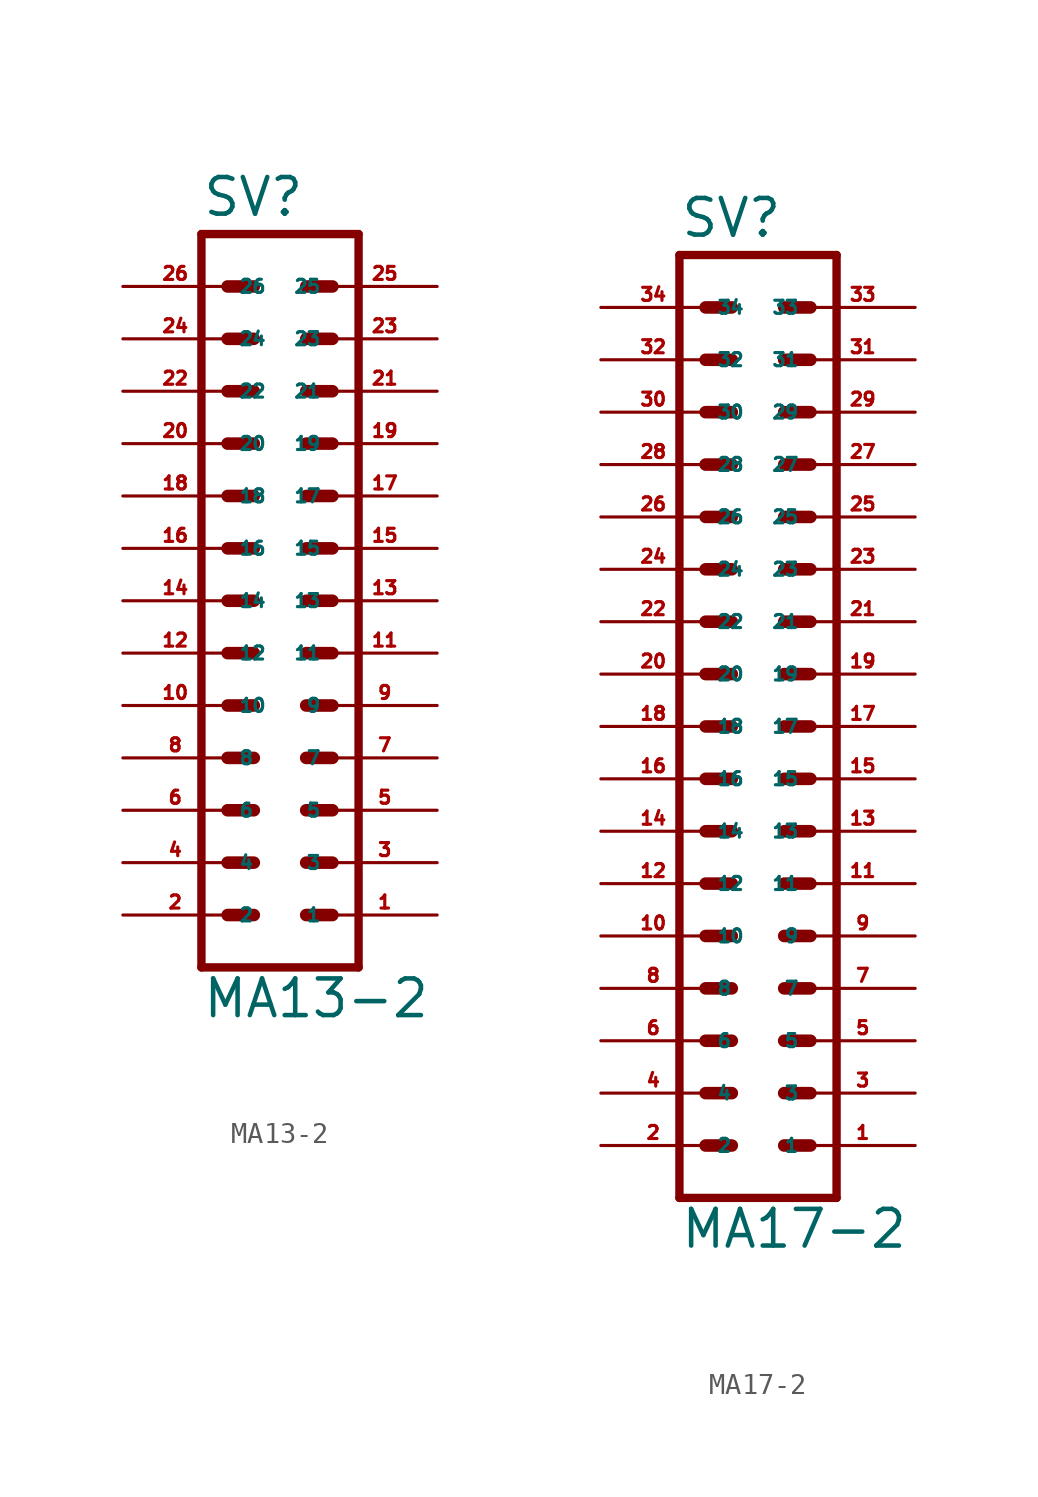
<source format=kicad_sym>
(kicad_symbol_lib
  (version 20220914)
  (generator Eagle2Kicad)
  (symbol "MA13-2"
    (property "Reference" "SV"
      (at -3.81 18.542 0)
      (effects (font (size 1.778 1.778) (thickness 0.22)) (justify left bottom)))
    (property "Value" "MA13-2"
      (at -3.81 -20.32 0)
      (effects (font (size 1.778 1.778) (thickness 0.22)) (justify left bottom)))
    (polyline
      (pts (xy 3.81 -17.78) (xy -3.81 -17.78))
      (stroke (width 0.406) (type default))
      (fill (type none)))
    (polyline
      (pts (xy 1.27 -10.16) (xy 2.54 -10.16))
      (stroke (width 0.61) (type default))
      (fill (type none)))
    (polyline
      (pts (xy 1.27 -12.7) (xy 2.54 -12.7))
      (stroke (width 0.61) (type default))
      (fill (type none)))
    (polyline
      (pts (xy 1.27 -15.24) (xy 2.54 -15.24))
      (stroke (width 0.61) (type default))
      (fill (type none)))
    (polyline
      (pts (xy -2.54 -10.16) (xy -1.27 -10.16))
      (stroke (width 0.61) (type default))
      (fill (type none)))
    (polyline
      (pts (xy -2.54 -12.7) (xy -1.27 -12.7))
      (stroke (width 0.61) (type default))
      (fill (type none)))
    (polyline
      (pts (xy -2.54 -15.24) (xy -1.27 -15.24))
      (stroke (width 0.61) (type default))
      (fill (type none)))
    (polyline
      (pts (xy 1.27 -5.08) (xy 2.54 -5.08))
      (stroke (width 0.61) (type default))
      (fill (type none)))
    (polyline
      (pts (xy 1.27 -7.62) (xy 2.54 -7.62))
      (stroke (width 0.61) (type default))
      (fill (type none)))
    (polyline
      (pts (xy -2.54 -5.08) (xy -1.27 -5.08))
      (stroke (width 0.61) (type default))
      (fill (type none)))
    (polyline
      (pts (xy -2.54 -7.62) (xy -1.27 -7.62))
      (stroke (width 0.61) (type default))
      (fill (type none)))
    (polyline
      (pts (xy 1.27 2.54) (xy 2.54 2.54))
      (stroke (width 0.61) (type default))
      (fill (type none)))
    (polyline
      (pts (xy 1.27 0) (xy 2.54 0))
      (stroke (width 0.61) (type default))
      (fill (type none)))
    (polyline
      (pts (xy 1.27 -2.54) (xy 2.54 -2.54))
      (stroke (width 0.61) (type default))
      (fill (type none)))
    (polyline
      (pts (xy -2.54 2.54) (xy -1.27 2.54))
      (stroke (width 0.61) (type default))
      (fill (type none)))
    (polyline
      (pts (xy -2.54 0) (xy -1.27 0))
      (stroke (width 0.61) (type default))
      (fill (type none)))
    (polyline
      (pts (xy -2.54 -2.54) (xy -1.27 -2.54))
      (stroke (width 0.61) (type default))
      (fill (type none)))
    (polyline
      (pts (xy 1.27 7.62) (xy 2.54 7.62))
      (stroke (width 0.61) (type default))
      (fill (type none)))
    (polyline
      (pts (xy 1.27 5.08) (xy 2.54 5.08))
      (stroke (width 0.61) (type default))
      (fill (type none)))
    (polyline
      (pts (xy -2.54 7.62) (xy -1.27 7.62))
      (stroke (width 0.61) (type default))
      (fill (type none)))
    (polyline
      (pts (xy -2.54 5.08) (xy -1.27 5.08))
      (stroke (width 0.61) (type default))
      (fill (type none)))
    (polyline
      (pts (xy 1.27 15.24) (xy 2.54 15.24))
      (stroke (width 0.61) (type default))
      (fill (type none)))
    (polyline
      (pts (xy 1.27 12.7) (xy 2.54 12.7))
      (stroke (width 0.61) (type default))
      (fill (type none)))
    (polyline
      (pts (xy 1.27 10.16) (xy 2.54 10.16))
      (stroke (width 0.61) (type default))
      (fill (type none)))
    (polyline
      (pts (xy -2.54 15.24) (xy -1.27 15.24))
      (stroke (width 0.61) (type default))
      (fill (type none)))
    (polyline
      (pts (xy -2.54 12.7) (xy -1.27 12.7))
      (stroke (width 0.61) (type default))
      (fill (type none)))
    (polyline
      (pts (xy -2.54 10.16) (xy -1.27 10.16))
      (stroke (width 0.61) (type default))
      (fill (type none)))
    (polyline
      (pts (xy -3.81 17.78) (xy -3.81 -17.78))
      (stroke (width 0.406) (type default))
      (fill (type none)))
    (polyline
      (pts (xy 3.81 -17.78) (xy 3.81 17.78))
      (stroke (width 0.406) (type default))
      (fill (type none)))
    (polyline
      (pts (xy -3.81 17.78) (xy 3.81 17.78))
      (stroke (width 0.406) (type default))
      (fill (type none)))
    (pin passive line
      (at 7.62 -15.24 180)
      (length 5.08)
      (name "1" (effects (font (size 0.635 0.635) (thickness 0.08)) (justify left bottom)))
      (number "1" (effects (font (size 0.635 0.635) (thickness 0.08)) (justify left bottom))))
    (pin passive line
      (at 7.62 -12.7 180)
      (length 5.08)
      (name "3" (effects (font (size 0.635 0.635) (thickness 0.08)) (justify left bottom)))
      (number "3" (effects (font (size 0.635 0.635) (thickness 0.08)) (justify left bottom))))
    (pin passive line
      (at 7.62 -10.16 180)
      (length 5.08)
      (name "5" (effects (font (size 0.635 0.635) (thickness 0.08)) (justify left bottom)))
      (number "5" (effects (font (size 0.635 0.635) (thickness 0.08)) (justify left bottom))))
    (pin passive line
      (at -7.62 -15.24 0)
      (length 5.08)
      (name "2" (effects (font (size 0.635 0.635) (thickness 0.08)) (justify left bottom)))
      (number "2" (effects (font (size 0.635 0.635) (thickness 0.08)) (justify left bottom))))
    (pin passive line
      (at -7.62 -12.7 0)
      (length 5.08)
      (name "4" (effects (font (size 0.635 0.635) (thickness 0.08)) (justify left bottom)))
      (number "4" (effects (font (size 0.635 0.635) (thickness 0.08)) (justify left bottom))))
    (pin passive line
      (at -7.62 -10.16 0)
      (length 5.08)
      (name "6" (effects (font (size 0.635 0.635) (thickness 0.08)) (justify left bottom)))
      (number "6" (effects (font (size 0.635 0.635) (thickness 0.08)) (justify left bottom))))
    (pin passive line
      (at 7.62 -7.62 180)
      (length 5.08)
      (name "7" (effects (font (size 0.635 0.635) (thickness 0.08)) (justify left bottom)))
      (number "7" (effects (font (size 0.635 0.635) (thickness 0.08)) (justify left bottom))))
    (pin passive line
      (at 7.62 -5.08 180)
      (length 5.08)
      (name "9" (effects (font (size 0.635 0.635) (thickness 0.08)) (justify left bottom)))
      (number "9" (effects (font (size 0.635 0.635) (thickness 0.08)) (justify left bottom))))
    (pin passive line
      (at -7.62 -7.62 0)
      (length 5.08)
      (name "8" (effects (font (size 0.635 0.635) (thickness 0.08)) (justify left bottom)))
      (number "8" (effects (font (size 0.635 0.635) (thickness 0.08)) (justify left bottom))))
    (pin passive line
      (at -7.62 -5.08 0)
      (length 5.08)
      (name "10" (effects (font (size 0.635 0.635) (thickness 0.08)) (justify left bottom)))
      (number "10" (effects (font (size 0.635 0.635) (thickness 0.08)) (justify left bottom))))
    (pin passive line
      (at 7.62 -2.54 180)
      (length 5.08)
      (name "11" (effects (font (size 0.635 0.635) (thickness 0.08)) (justify left bottom)))
      (number "11" (effects (font (size 0.635 0.635) (thickness 0.08)) (justify left bottom))))
    (pin passive line
      (at 7.62 0 180)
      (length 5.08)
      (name "13" (effects (font (size 0.635 0.635) (thickness 0.08)) (justify left bottom)))
      (number "13" (effects (font (size 0.635 0.635) (thickness 0.08)) (justify left bottom))))
    (pin passive line
      (at 7.62 2.54 180)
      (length 5.08)
      (name "15" (effects (font (size 0.635 0.635) (thickness 0.08)) (justify left bottom)))
      (number "15" (effects (font (size 0.635 0.635) (thickness 0.08)) (justify left bottom))))
    (pin passive line
      (at -7.62 -2.54 0)
      (length 5.08)
      (name "12" (effects (font (size 0.635 0.635) (thickness 0.08)) (justify left bottom)))
      (number "12" (effects (font (size 0.635 0.635) (thickness 0.08)) (justify left bottom))))
    (pin passive line
      (at -7.62 0 0)
      (length 5.08)
      (name "14" (effects (font (size 0.635 0.635) (thickness 0.08)) (justify left bottom)))
      (number "14" (effects (font (size 0.635 0.635) (thickness 0.08)) (justify left bottom))))
    (pin passive line
      (at -7.62 2.54 0)
      (length 5.08)
      (name "16" (effects (font (size 0.635 0.635) (thickness 0.08)) (justify left bottom)))
      (number "16" (effects (font (size 0.635 0.635) (thickness 0.08)) (justify left bottom))))
    (pin passive line
      (at 7.62 5.08 180)
      (length 5.08)
      (name "17" (effects (font (size 0.635 0.635) (thickness 0.08)) (justify left bottom)))
      (number "17" (effects (font (size 0.635 0.635) (thickness 0.08)) (justify left bottom))))
    (pin passive line
      (at 7.62 7.62 180)
      (length 5.08)
      (name "19" (effects (font (size 0.635 0.635) (thickness 0.08)) (justify left bottom)))
      (number "19" (effects (font (size 0.635 0.635) (thickness 0.08)) (justify left bottom))))
    (pin passive line
      (at -7.62 5.08 0)
      (length 5.08)
      (name "18" (effects (font (size 0.635 0.635) (thickness 0.08)) (justify left bottom)))
      (number "18" (effects (font (size 0.635 0.635) (thickness 0.08)) (justify left bottom))))
    (pin passive line
      (at -7.62 7.62 0)
      (length 5.08)
      (name "20" (effects (font (size 0.635 0.635) (thickness 0.08)) (justify left bottom)))
      (number "20" (effects (font (size 0.635 0.635) (thickness 0.08)) (justify left bottom))))
    (pin passive line
      (at 7.62 10.16 180)
      (length 5.08)
      (name "21" (effects (font (size 0.635 0.635) (thickness 0.08)) (justify left bottom)))
      (number "21" (effects (font (size 0.635 0.635) (thickness 0.08)) (justify left bottom))))
    (pin passive line
      (at 7.62 12.7 180)
      (length 5.08)
      (name "23" (effects (font (size 0.635 0.635) (thickness 0.08)) (justify left bottom)))
      (number "23" (effects (font (size 0.635 0.635) (thickness 0.08)) (justify left bottom))))
    (pin passive line
      (at 7.62 15.24 180)
      (length 5.08)
      (name "25" (effects (font (size 0.635 0.635) (thickness 0.08)) (justify left bottom)))
      (number "25" (effects (font (size 0.635 0.635) (thickness 0.08)) (justify left bottom))))
    (pin passive line
      (at -7.62 10.16 0)
      (length 5.08)
      (name "22" (effects (font (size 0.635 0.635) (thickness 0.08)) (justify left bottom)))
      (number "22" (effects (font (size 0.635 0.635) (thickness 0.08)) (justify left bottom))))
    (pin passive line
      (at -7.62 12.7 0)
      (length 5.08)
      (name "24" (effects (font (size 0.635 0.635) (thickness 0.08)) (justify left bottom)))
      (number "24" (effects (font (size 0.635 0.635) (thickness 0.08)) (justify left bottom))))
    (pin passive line
      (at -7.62 15.24 0)
      (length 5.08)
      (name "26" (effects (font (size 0.635 0.635) (thickness 0.08)) (justify left bottom)))
      (number "26" (effects (font (size 0.635 0.635) (thickness 0.08)) (justify left bottom)))))
  (symbol "MA17-2"
    (property "Reference" "SV"
      (at -3.81 23.622 0)
      (effects (font (size 1.778 1.778) (thickness 0.22)) (justify left bottom)))
    (property "Value" "MA17-2"
      (at -3.81 -25.4 0)
      (effects (font (size 1.778 1.778) (thickness 0.22)) (justify left bottom)))
    (polyline
      (pts (xy 3.81 -22.86) (xy -3.81 -22.86))
      (stroke (width 0.406) (type default))
      (fill (type none)))
    (polyline
      (pts (xy 1.27 -15.24) (xy 2.54 -15.24))
      (stroke (width 0.61) (type default))
      (fill (type none)))
    (polyline
      (pts (xy 1.27 -17.78) (xy 2.54 -17.78))
      (stroke (width 0.61) (type default))
      (fill (type none)))
    (polyline
      (pts (xy 1.27 -20.32) (xy 2.54 -20.32))
      (stroke (width 0.61) (type default))
      (fill (type none)))
    (polyline
      (pts (xy -2.54 -15.24) (xy -1.27 -15.24))
      (stroke (width 0.61) (type default))
      (fill (type none)))
    (polyline
      (pts (xy -2.54 -17.78) (xy -1.27 -17.78))
      (stroke (width 0.61) (type default))
      (fill (type none)))
    (polyline
      (pts (xy -2.54 -20.32) (xy -1.27 -20.32))
      (stroke (width 0.61) (type default))
      (fill (type none)))
    (polyline
      (pts (xy 1.27 -10.16) (xy 2.54 -10.16))
      (stroke (width 0.61) (type default))
      (fill (type none)))
    (polyline
      (pts (xy 1.27 -12.7) (xy 2.54 -12.7))
      (stroke (width 0.61) (type default))
      (fill (type none)))
    (polyline
      (pts (xy -2.54 -10.16) (xy -1.27 -10.16))
      (stroke (width 0.61) (type default))
      (fill (type none)))
    (polyline
      (pts (xy -2.54 -12.7) (xy -1.27 -12.7))
      (stroke (width 0.61) (type default))
      (fill (type none)))
    (polyline
      (pts (xy 1.27 -2.54) (xy 2.54 -2.54))
      (stroke (width 0.61) (type default))
      (fill (type none)))
    (polyline
      (pts (xy 1.27 -5.08) (xy 2.54 -5.08))
      (stroke (width 0.61) (type default))
      (fill (type none)))
    (polyline
      (pts (xy 1.27 -7.62) (xy 2.54 -7.62))
      (stroke (width 0.61) (type default))
      (fill (type none)))
    (polyline
      (pts (xy -2.54 -2.54) (xy -1.27 -2.54))
      (stroke (width 0.61) (type default))
      (fill (type none)))
    (polyline
      (pts (xy -2.54 -5.08) (xy -1.27 -5.08))
      (stroke (width 0.61) (type default))
      (fill (type none)))
    (polyline
      (pts (xy -2.54 -7.62) (xy -1.27 -7.62))
      (stroke (width 0.61) (type default))
      (fill (type none)))
    (polyline
      (pts (xy 1.27 2.54) (xy 2.54 2.54))
      (stroke (width 0.61) (type default))
      (fill (type none)))
    (polyline
      (pts (xy 1.27 0) (xy 2.54 0))
      (stroke (width 0.61) (type default))
      (fill (type none)))
    (polyline
      (pts (xy -2.54 2.54) (xy -1.27 2.54))
      (stroke (width 0.61) (type default))
      (fill (type none)))
    (polyline
      (pts (xy -2.54 0) (xy -1.27 0))
      (stroke (width 0.61) (type default))
      (fill (type none)))
    (polyline
      (pts (xy 1.27 10.16) (xy 2.54 10.16))
      (stroke (width 0.61) (type default))
      (fill (type none)))
    (polyline
      (pts (xy 1.27 7.62) (xy 2.54 7.62))
      (stroke (width 0.61) (type default))
      (fill (type none)))
    (polyline
      (pts (xy 1.27 5.08) (xy 2.54 5.08))
      (stroke (width 0.61) (type default))
      (fill (type none)))
    (polyline
      (pts (xy -2.54 10.16) (xy -1.27 10.16))
      (stroke (width 0.61) (type default))
      (fill (type none)))
    (polyline
      (pts (xy -2.54 7.62) (xy -1.27 7.62))
      (stroke (width 0.61) (type default))
      (fill (type none)))
    (polyline
      (pts (xy -2.54 5.08) (xy -1.27 5.08))
      (stroke (width 0.61) (type default))
      (fill (type none)))
    (polyline
      (pts (xy 1.27 15.24) (xy 2.54 15.24))
      (stroke (width 0.61) (type default))
      (fill (type none)))
    (polyline
      (pts (xy 1.27 12.7) (xy 2.54 12.7))
      (stroke (width 0.61) (type default))
      (fill (type none)))
    (polyline
      (pts (xy -2.54 15.24) (xy -1.27 15.24))
      (stroke (width 0.61) (type default))
      (fill (type none)))
    (polyline
      (pts (xy -2.54 12.7) (xy -1.27 12.7))
      (stroke (width 0.61) (type default))
      (fill (type none)))
    (polyline
      (pts (xy 1.27 20.32) (xy 2.54 20.32))
      (stroke (width 0.61) (type default))
      (fill (type none)))
    (polyline
      (pts (xy 1.27 17.78) (xy 2.54 17.78))
      (stroke (width 0.61) (type default))
      (fill (type none)))
    (polyline
      (pts (xy -2.54 20.32) (xy -1.27 20.32))
      (stroke (width 0.61) (type default))
      (fill (type none)))
    (polyline
      (pts (xy -2.54 17.78) (xy -1.27 17.78))
      (stroke (width 0.61) (type default))
      (fill (type none)))
    (polyline
      (pts (xy -3.81 22.86) (xy -3.81 -22.86))
      (stroke (width 0.406) (type default))
      (fill (type none)))
    (polyline
      (pts (xy 3.81 -22.86) (xy 3.81 22.86))
      (stroke (width 0.406) (type default))
      (fill (type none)))
    (polyline
      (pts (xy -3.81 22.86) (xy 3.81 22.86))
      (stroke (width 0.406) (type default))
      (fill (type none)))
    (pin passive line
      (at 7.62 -20.32 180)
      (length 5.08)
      (name "1" (effects (font (size 0.635 0.635) (thickness 0.08)) (justify left bottom)))
      (number "1" (effects (font (size 0.635 0.635) (thickness 0.08)) (justify left bottom))))
    (pin passive line
      (at 7.62 -17.78 180)
      (length 5.08)
      (name "3" (effects (font (size 0.635 0.635) (thickness 0.08)) (justify left bottom)))
      (number "3" (effects (font (size 0.635 0.635) (thickness 0.08)) (justify left bottom))))
    (pin passive line
      (at 7.62 -15.24 180)
      (length 5.08)
      (name "5" (effects (font (size 0.635 0.635) (thickness 0.08)) (justify left bottom)))
      (number "5" (effects (font (size 0.635 0.635) (thickness 0.08)) (justify left bottom))))
    (pin passive line
      (at -7.62 -20.32 0)
      (length 5.08)
      (name "2" (effects (font (size 0.635 0.635) (thickness 0.08)) (justify left bottom)))
      (number "2" (effects (font (size 0.635 0.635) (thickness 0.08)) (justify left bottom))))
    (pin passive line
      (at -7.62 -17.78 0)
      (length 5.08)
      (name "4" (effects (font (size 0.635 0.635) (thickness 0.08)) (justify left bottom)))
      (number "4" (effects (font (size 0.635 0.635) (thickness 0.08)) (justify left bottom))))
    (pin passive line
      (at -7.62 -15.24 0)
      (length 5.08)
      (name "6" (effects (font (size 0.635 0.635) (thickness 0.08)) (justify left bottom)))
      (number "6" (effects (font (size 0.635 0.635) (thickness 0.08)) (justify left bottom))))
    (pin passive line
      (at 7.62 -12.7 180)
      (length 5.08)
      (name "7" (effects (font (size 0.635 0.635) (thickness 0.08)) (justify left bottom)))
      (number "7" (effects (font (size 0.635 0.635) (thickness 0.08)) (justify left bottom))))
    (pin passive line
      (at 7.62 -10.16 180)
      (length 5.08)
      (name "9" (effects (font (size 0.635 0.635) (thickness 0.08)) (justify left bottom)))
      (number "9" (effects (font (size 0.635 0.635) (thickness 0.08)) (justify left bottom))))
    (pin passive line
      (at -7.62 -12.7 0)
      (length 5.08)
      (name "8" (effects (font (size 0.635 0.635) (thickness 0.08)) (justify left bottom)))
      (number "8" (effects (font (size 0.635 0.635) (thickness 0.08)) (justify left bottom))))
    (pin passive line
      (at -7.62 -10.16 0)
      (length 5.08)
      (name "10" (effects (font (size 0.635 0.635) (thickness 0.08)) (justify left bottom)))
      (number "10" (effects (font (size 0.635 0.635) (thickness 0.08)) (justify left bottom))))
    (pin passive line
      (at 7.62 -7.62 180)
      (length 5.08)
      (name "11" (effects (font (size 0.635 0.635) (thickness 0.08)) (justify left bottom)))
      (number "11" (effects (font (size 0.635 0.635) (thickness 0.08)) (justify left bottom))))
    (pin passive line
      (at 7.62 -5.08 180)
      (length 5.08)
      (name "13" (effects (font (size 0.635 0.635) (thickness 0.08)) (justify left bottom)))
      (number "13" (effects (font (size 0.635 0.635) (thickness 0.08)) (justify left bottom))))
    (pin passive line
      (at 7.62 -2.54 180)
      (length 5.08)
      (name "15" (effects (font (size 0.635 0.635) (thickness 0.08)) (justify left bottom)))
      (number "15" (effects (font (size 0.635 0.635) (thickness 0.08)) (justify left bottom))))
    (pin passive line
      (at -7.62 -7.62 0)
      (length 5.08)
      (name "12" (effects (font (size 0.635 0.635) (thickness 0.08)) (justify left bottom)))
      (number "12" (effects (font (size 0.635 0.635) (thickness 0.08)) (justify left bottom))))
    (pin passive line
      (at -7.62 -5.08 0)
      (length 5.08)
      (name "14" (effects (font (size 0.635 0.635) (thickness 0.08)) (justify left bottom)))
      (number "14" (effects (font (size 0.635 0.635) (thickness 0.08)) (justify left bottom))))
    (pin passive line
      (at -7.62 -2.54 0)
      (length 5.08)
      (name "16" (effects (font (size 0.635 0.635) (thickness 0.08)) (justify left bottom)))
      (number "16" (effects (font (size 0.635 0.635) (thickness 0.08)) (justify left bottom))))
    (pin passive line
      (at 7.62 0 180)
      (length 5.08)
      (name "17" (effects (font (size 0.635 0.635) (thickness 0.08)) (justify left bottom)))
      (number "17" (effects (font (size 0.635 0.635) (thickness 0.08)) (justify left bottom))))
    (pin passive line
      (at 7.62 2.54 180)
      (length 5.08)
      (name "19" (effects (font (size 0.635 0.635) (thickness 0.08)) (justify left bottom)))
      (number "19" (effects (font (size 0.635 0.635) (thickness 0.08)) (justify left bottom))))
    (pin passive line
      (at -7.62 0 0)
      (length 5.08)
      (name "18" (effects (font (size 0.635 0.635) (thickness 0.08)) (justify left bottom)))
      (number "18" (effects (font (size 0.635 0.635) (thickness 0.08)) (justify left bottom))))
    (pin passive line
      (at -7.62 2.54 0)
      (length 5.08)
      (name "20" (effects (font (size 0.635 0.635) (thickness 0.08)) (justify left bottom)))
      (number "20" (effects (font (size 0.635 0.635) (thickness 0.08)) (justify left bottom))))
    (pin passive line
      (at 7.62 5.08 180)
      (length 5.08)
      (name "21" (effects (font (size 0.635 0.635) (thickness 0.08)) (justify left bottom)))
      (number "21" (effects (font (size 0.635 0.635) (thickness 0.08)) (justify left bottom))))
    (pin passive line
      (at 7.62 7.62 180)
      (length 5.08)
      (name "23" (effects (font (size 0.635 0.635) (thickness 0.08)) (justify left bottom)))
      (number "23" (effects (font (size 0.635 0.635) (thickness 0.08)) (justify left bottom))))
    (pin passive line
      (at 7.62 10.16 180)
      (length 5.08)
      (name "25" (effects (font (size 0.635 0.635) (thickness 0.08)) (justify left bottom)))
      (number "25" (effects (font (size 0.635 0.635) (thickness 0.08)) (justify left bottom))))
    (pin passive line
      (at -7.62 5.08 0)
      (length 5.08)
      (name "22" (effects (font (size 0.635 0.635) (thickness 0.08)) (justify left bottom)))
      (number "22" (effects (font (size 0.635 0.635) (thickness 0.08)) (justify left bottom))))
    (pin passive line
      (at -7.62 7.62 0)
      (length 5.08)
      (name "24" (effects (font (size 0.635 0.635) (thickness 0.08)) (justify left bottom)))
      (number "24" (effects (font (size 0.635 0.635) (thickness 0.08)) (justify left bottom))))
    (pin passive line
      (at -7.62 10.16 0)
      (length 5.08)
      (name "26" (effects (font (size 0.635 0.635) (thickness 0.08)) (justify left bottom)))
      (number "26" (effects (font (size 0.635 0.635) (thickness 0.08)) (justify left bottom))))
    (pin passive line
      (at 7.62 12.7 180)
      (length 5.08)
      (name "27" (effects (font (size 0.635 0.635) (thickness 0.08)) (justify left bottom)))
      (number "27" (effects (font (size 0.635 0.635) (thickness 0.08)) (justify left bottom))))
    (pin passive line
      (at 7.62 15.24 180)
      (length 5.08)
      (name "29" (effects (font (size 0.635 0.635) (thickness 0.08)) (justify left bottom)))
      (number "29" (effects (font (size 0.635 0.635) (thickness 0.08)) (justify left bottom))))
    (pin passive line
      (at -7.62 12.7 0)
      (length 5.08)
      (name "28" (effects (font (size 0.635 0.635) (thickness 0.08)) (justify left bottom)))
      (number "28" (effects (font (size 0.635 0.635) (thickness 0.08)) (justify left bottom))))
    (pin passive line
      (at -7.62 15.24 0)
      (length 5.08)
      (name "30" (effects (font (size 0.635 0.635) (thickness 0.08)) (justify left bottom)))
      (number "30" (effects (font (size 0.635 0.635) (thickness 0.08)) (justify left bottom))))
    (pin passive line
      (at 7.62 17.78 180)
      (length 5.08)
      (name "31" (effects (font (size 0.635 0.635) (thickness 0.08)) (justify left bottom)))
      (number "31" (effects (font (size 0.635 0.635) (thickness 0.08)) (justify left bottom))))
    (pin passive line
      (at 7.62 20.32 180)
      (length 5.08)
      (name "33" (effects (font (size 0.635 0.635) (thickness 0.08)) (justify left bottom)))
      (number "33" (effects (font (size 0.635 0.635) (thickness 0.08)) (justify left bottom))))
    (pin passive line
      (at -7.62 17.78 0)
      (length 5.08)
      (name "32" (effects (font (size 0.635 0.635) (thickness 0.08)) (justify left bottom)))
      (number "32" (effects (font (size 0.635 0.635) (thickness 0.08)) (justify left bottom))))
    (pin passive line
      (at -7.62 20.32 0)
      (length 5.08)
      (name "34" (effects (font (size 0.635 0.635) (thickness 0.08)) (justify left bottom)))
      (number "34" (effects (font (size 0.635 0.635) (thickness 0.08)) (justify left bottom))))))
</source>
